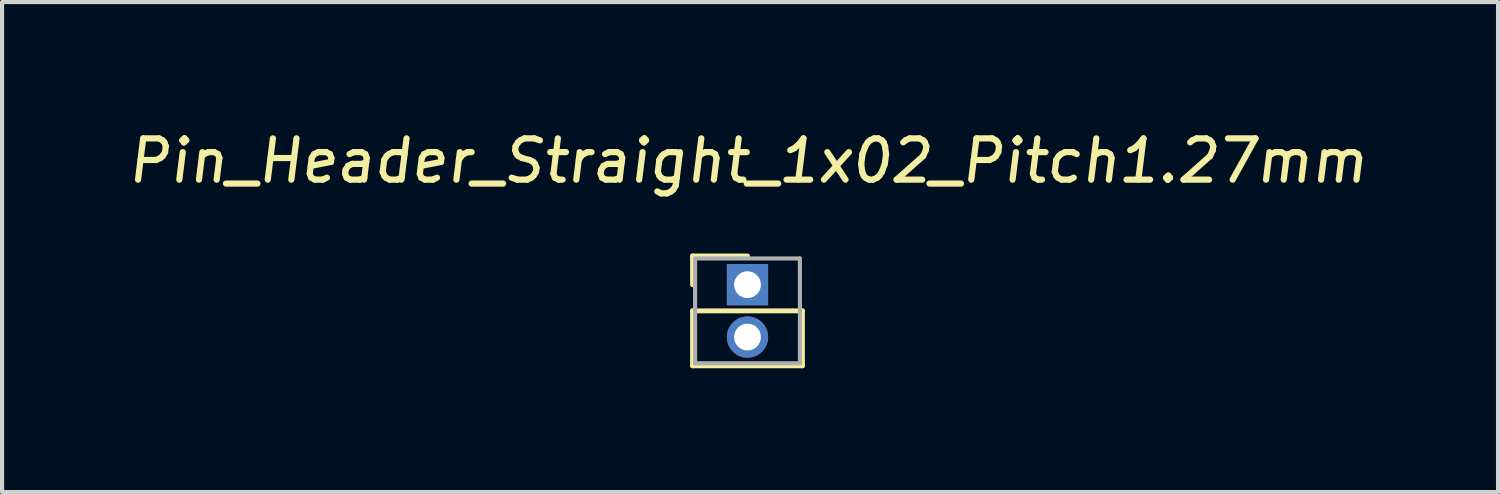
<source format=kicad_pcb>
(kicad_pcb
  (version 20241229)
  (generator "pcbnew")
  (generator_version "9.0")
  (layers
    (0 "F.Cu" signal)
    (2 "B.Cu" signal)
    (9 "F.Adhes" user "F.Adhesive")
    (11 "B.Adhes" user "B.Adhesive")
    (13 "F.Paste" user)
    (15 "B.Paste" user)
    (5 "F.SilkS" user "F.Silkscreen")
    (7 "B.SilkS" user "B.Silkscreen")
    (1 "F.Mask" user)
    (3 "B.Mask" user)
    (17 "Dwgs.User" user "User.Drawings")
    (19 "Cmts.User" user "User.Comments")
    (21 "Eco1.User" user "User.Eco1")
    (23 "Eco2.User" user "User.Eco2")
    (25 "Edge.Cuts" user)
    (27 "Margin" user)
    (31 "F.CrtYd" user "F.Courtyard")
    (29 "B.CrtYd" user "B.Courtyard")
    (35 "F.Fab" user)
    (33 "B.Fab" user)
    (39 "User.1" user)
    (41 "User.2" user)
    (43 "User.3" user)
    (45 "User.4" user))
  (footprint "Pin_Header_Straight_1x02_Pitch1.27mm"
    (layer "F.Cu")
    (at 15.063 3.848)
    (property "Reference" "Pin_Header_Straight_1x02_Pitch1.27mm" (at 0 -3 0) (layer "F.SilkS") (effects (font (size 1 1) (thickness 0.15) (italic yes))))
    (attr through_hole)
    (fp_line (start -1.33 -0.695) (end 0 -0.695) (stroke (width 0.12) (type solid)) (layer "F.SilkS"))
    (fp_line (start -1.33 0) (end -1.33 -0.695) (stroke (width 0.12) (type solid)) (layer "F.SilkS"))
    (fp_line (start -1.33 0.635) (end -1.33 1.965) (stroke (width 0.12) (type solid)) (layer "F.SilkS"))
    (fp_line (start -1.33 1.965) (end 1.33 1.965) (stroke (width 0.12) (type solid)) (layer "F.SilkS"))
    (fp_line (start 1.33 0.635) (end -1.33 0.635) (stroke (width 0.12) (type solid)) (layer "F.SilkS"))
    (fp_line (start 1.33 1.965) (end 1.33 0.635) (stroke (width 0.12) (type solid)) (layer "F.SilkS"))
    (fp_line (start -1.27 -0.635) (end -1.27 1.905) (stroke (width 0.1) (type solid)) (layer "F.Fab"))
    (fp_line (start -1.27 1.905) (end 1.27 1.905) (stroke (width 0.1) (type solid)) (layer "F.Fab"))
    (fp_line (start 1.27 -0.635) (end -1.27 -0.635) (stroke (width 0.1) (type solid)) (layer "F.Fab"))
    (fp_line (start 1.27 1.905) (end 1.27 -0.635) (stroke (width 0.1) (type solid)) (layer "F.Fab"))
    (pad "1" thru_hole rect (at 0 0) (size 1 1) (drill 0.65) (layers "*.Cu" "*.Mask"))
    (pad "2" thru_hole oval (at 0 1.27) (size 1 1) (drill 0.65) (layers "*.Cu" "*.Mask")))
  (gr_rect
    (start -3 -3)
    (end 33.25 8.873)
    (stroke (width 0.1) (type default))
    (fill no)
    (layer "Edge.Cuts")))
</source>
